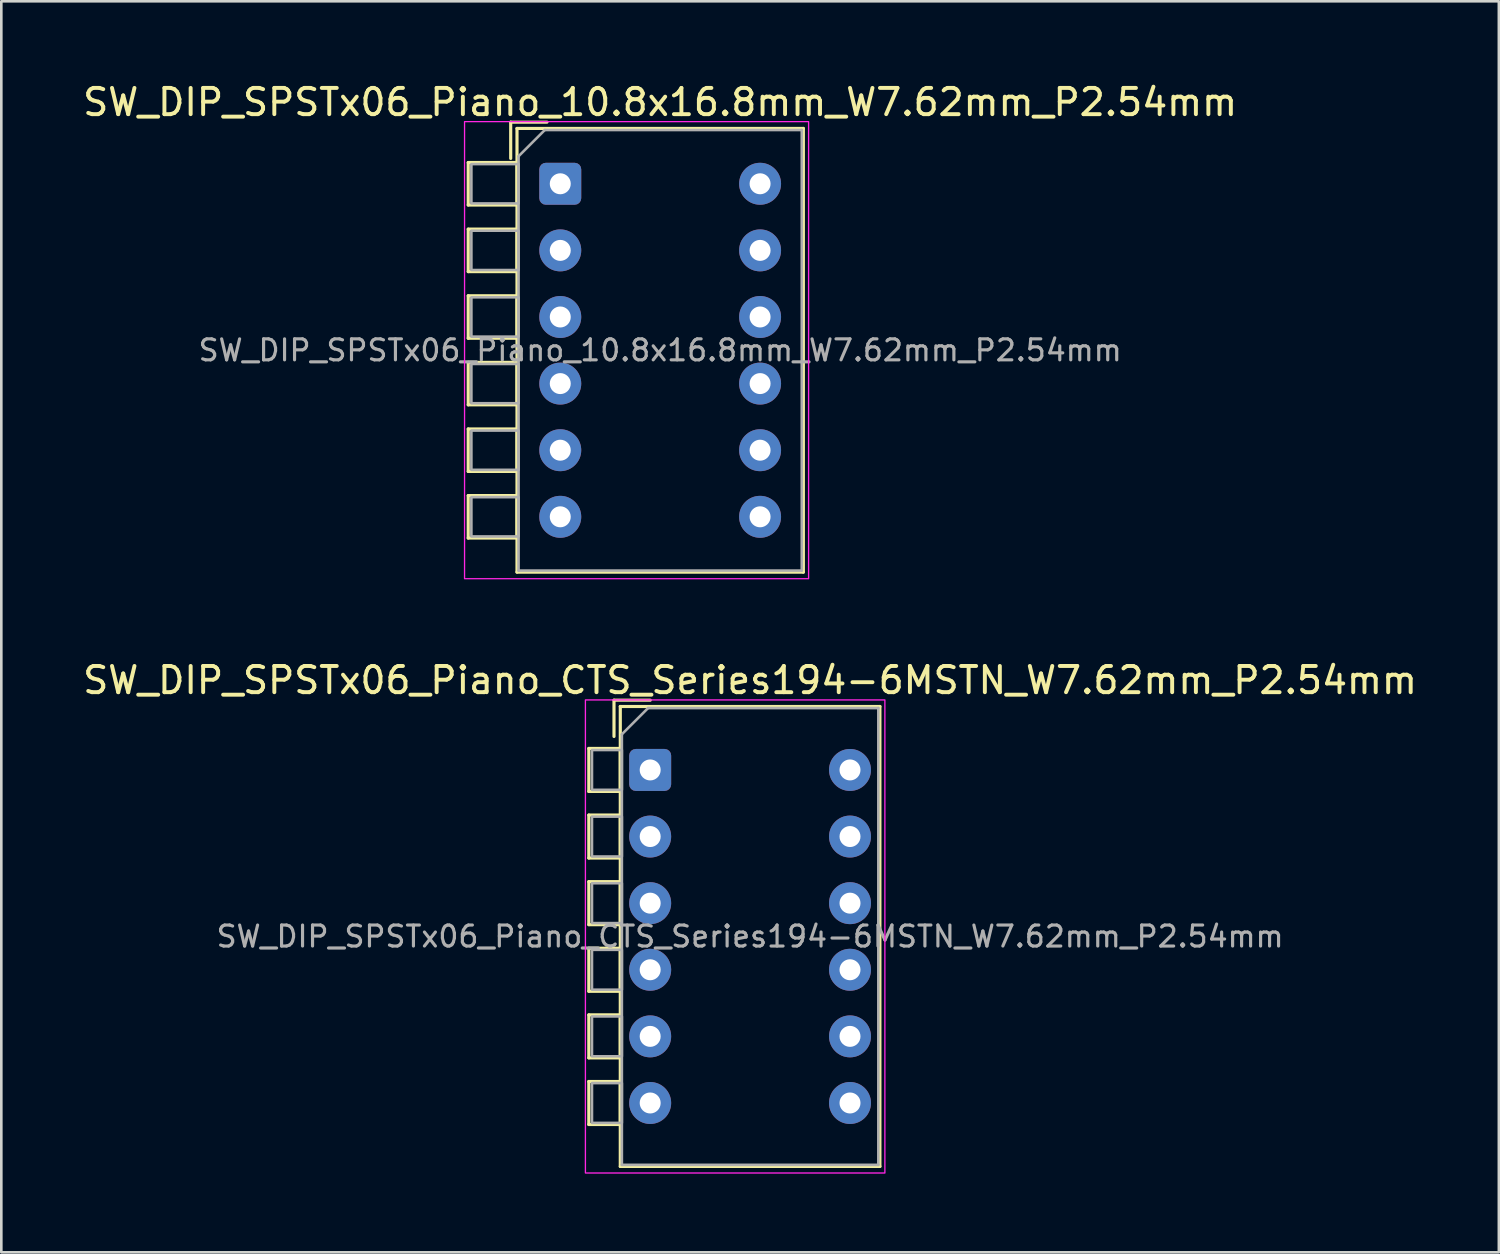
<source format=kicad_pcb>
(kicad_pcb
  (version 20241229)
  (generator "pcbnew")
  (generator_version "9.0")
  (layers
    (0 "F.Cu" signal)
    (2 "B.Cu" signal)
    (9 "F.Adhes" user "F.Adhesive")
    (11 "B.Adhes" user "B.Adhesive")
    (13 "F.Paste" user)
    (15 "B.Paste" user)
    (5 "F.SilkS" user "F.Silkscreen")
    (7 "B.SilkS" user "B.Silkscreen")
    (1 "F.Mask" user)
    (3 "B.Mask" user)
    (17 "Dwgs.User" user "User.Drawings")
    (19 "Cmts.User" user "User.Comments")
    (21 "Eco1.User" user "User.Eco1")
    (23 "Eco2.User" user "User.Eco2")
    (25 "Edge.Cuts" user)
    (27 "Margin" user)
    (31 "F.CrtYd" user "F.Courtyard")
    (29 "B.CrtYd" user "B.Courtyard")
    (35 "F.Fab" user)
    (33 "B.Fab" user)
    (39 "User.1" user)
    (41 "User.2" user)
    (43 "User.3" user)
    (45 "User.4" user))
  (footprint "SW_DIP_SPSTx06_Piano_10.8x16.8mm_W7.62mm_P2.54mm"
    (layer "F.Cu")
    (at 18.315 3.958)
    (property "Reference" "SW_DIP_SPSTx06_Piano_10.8x16.8mm_W7.62mm_P2.54mm" (at 3.81 -3.11 0) (layer "F.SilkS") (effects (font (size 1 1) (thickness 0.15))))
    (attr through_hole)
    (fp_line (start -3.51 -0.81) (end -3.51 0.81) (stroke (width 0.12) (type solid)) (layer "F.SilkS"))
    (fp_line (start -3.51 -0.81) (end -1.65 -0.81) (stroke (width 0.12) (type solid)) (layer "F.SilkS"))
    (fp_line (start -3.51 0.81) (end -1.65 0.81) (stroke (width 0.12) (type solid)) (layer "F.SilkS"))
    (fp_line (start -3.51 1.73) (end -3.51 3.35) (stroke (width 0.12) (type solid)) (layer "F.SilkS"))
    (fp_line (start -3.51 1.73) (end -1.65 1.73) (stroke (width 0.12) (type solid)) (layer "F.SilkS"))
    (fp_line (start -3.51 3.35) (end -1.65 3.35) (stroke (width 0.12) (type solid)) (layer "F.SilkS"))
    (fp_line (start -3.51 4.27) (end -3.51 5.89) (stroke (width 0.12) (type solid)) (layer "F.SilkS"))
    (fp_line (start -3.51 4.27) (end -1.65 4.27) (stroke (width 0.12) (type solid)) (layer "F.SilkS"))
    (fp_line (start -3.51 5.89) (end -1.65 5.89) (stroke (width 0.12) (type solid)) (layer "F.SilkS"))
    (fp_line (start -3.51 6.81) (end -3.51 8.43) (stroke (width 0.12) (type solid)) (layer "F.SilkS"))
    (fp_line (start -3.51 6.81) (end -1.65 6.81) (stroke (width 0.12) (type solid)) (layer "F.SilkS"))
    (fp_line (start -3.51 8.43) (end -1.65 8.43) (stroke (width 0.12) (type solid)) (layer "F.SilkS"))
    (fp_line (start -3.51 9.35) (end -3.51 10.97) (stroke (width 0.12) (type solid)) (layer "F.SilkS"))
    (fp_line (start -3.51 9.35) (end -1.65 9.35) (stroke (width 0.12) (type solid)) (layer "F.SilkS"))
    (fp_line (start -3.51 10.97) (end -1.65 10.97) (stroke (width 0.12) (type solid)) (layer "F.SilkS"))
    (fp_line (start -3.51 11.89) (end -3.51 13.51) (stroke (width 0.12) (type solid)) (layer "F.SilkS"))
    (fp_line (start -3.51 11.89) (end -1.65 11.89) (stroke (width 0.12) (type solid)) (layer "F.SilkS"))
    (fp_line (start -3.51 13.51) (end -1.65 13.51) (stroke (width 0.12) (type solid)) (layer "F.SilkS"))
    (fp_line (start -1.89 -2.35) (end -1.89 -0.967) (stroke (width 0.12) (type solid)) (layer "F.SilkS"))
    (fp_line (start -1.89 -2.35) (end -0.507 -2.35) (stroke (width 0.12) (type solid)) (layer "F.SilkS"))
    (fp_line (start -1.65 -2.11) (end -1.65 14.81) (stroke (width 0.12) (type solid)) (layer "F.SilkS"))
    (fp_line (start -1.65 -2.11) (end 9.27 -2.11) (stroke (width 0.12) (type solid)) (layer "F.SilkS"))
    (fp_line (start -1.65 -0.81) (end -1.65 0.81) (stroke (width 0.12) (type solid)) (layer "F.SilkS"))
    (fp_line (start -1.65 1.73) (end -1.65 3.35) (stroke (width 0.12) (type solid)) (layer "F.SilkS"))
    (fp_line (start -1.65 4.27) (end -1.65 5.89) (stroke (width 0.12) (type solid)) (layer "F.SilkS"))
    (fp_line (start -1.65 6.81) (end -1.65 8.43) (stroke (width 0.12) (type solid)) (layer "F.SilkS"))
    (fp_line (start -1.65 9.35) (end -1.65 10.97) (stroke (width 0.12) (type solid)) (layer "F.SilkS"))
    (fp_line (start -1.65 11.89) (end -1.65 13.51) (stroke (width 0.12) (type solid)) (layer "F.SilkS"))
    (fp_line (start -1.65 14.81) (end 9.27 14.81) (stroke (width 0.12) (type solid)) (layer "F.SilkS"))
    (fp_line (start 9.27 -2.11) (end 9.27 14.81) (stroke (width 0.12) (type solid)) (layer "F.SilkS"))
    (fp_rect (start -3.65 -2.37) (end 9.47 15.06) (stroke (width 0.05) (type solid)) (fill no) (layer "F.CrtYd"))
    (fp_line (start -1.59 -1.05) (end -0.59 -2.05) (stroke (width 0.1) (type solid)) (layer "F.Fab"))
    (fp_line (start -1.59 14.75) (end -1.59 -1.05) (stroke (width 0.1) (type solid)) (layer "F.Fab"))
    (fp_line (start -0.59 -2.05) (end 9.21 -2.05) (stroke (width 0.1) (type solid)) (layer "F.Fab"))
    (fp_line (start 9.21 -2.05) (end 9.21 14.75) (stroke (width 0.1) (type solid)) (layer "F.Fab"))
    (fp_line (start 9.21 14.75) (end -1.59 14.75) (stroke (width 0.1) (type solid)) (layer "F.Fab"))
    (fp_rect (start -1.59 -0.75) (end -3.39 0.75) (stroke (width 0.1) (type solid)) (fill no) (layer "F.Fab"))
    (fp_rect (start -1.59 1.79) (end -3.39 3.29) (stroke (width 0.1) (type solid)) (fill no) (layer "F.Fab"))
    (fp_rect (start -1.59 4.33) (end -3.39 5.83) (stroke (width 0.1) (type solid)) (fill no) (layer "F.Fab"))
    (fp_rect (start -1.59 6.87) (end -3.39 8.37) (stroke (width 0.1) (type solid)) (fill no) (layer "F.Fab"))
    (fp_rect (start -1.59 9.41) (end -3.39 10.91) (stroke (width 0.1) (type solid)) (fill no) (layer "F.Fab"))
    (fp_rect (start -1.59 11.95) (end -3.39 13.45) (stroke (width 0.1) (type solid)) (fill no) (layer "F.Fab"))
    (fp_text user "${REFERENCE}" (at 3.81 6.35 0) (layer "F.Fab") (effects (font (size 0.8 0.8) (thickness 0.12))))
    (pad "1" thru_hole roundrect (at 0 0) (size 1.6 1.6) (drill 0.8) (layers "*.Cu" "*.Mask") (roundrect_rratio 0.156))
    (pad "2" thru_hole circle (at 0 2.54) (size 1.6 1.6) (drill 0.8) (layers "*.Cu" "*.Mask"))
    (pad "3" thru_hole circle (at 0 5.08) (size 1.6 1.6) (drill 0.8) (layers "*.Cu" "*.Mask"))
    (pad "4" thru_hole circle (at 0 7.62) (size 1.6 1.6) (drill 0.8) (layers "*.Cu" "*.Mask"))
    (pad "5" thru_hole circle (at 0 10.16) (size 1.6 1.6) (drill 0.8) (layers "*.Cu" "*.Mask"))
    (pad "6" thru_hole circle (at 0 12.7) (size 1.6 1.6) (drill 0.8) (layers "*.Cu" "*.Mask"))
    (pad "7" thru_hole circle (at 7.62 12.7) (size 1.6 1.6) (drill 0.8) (layers "*.Cu" "*.Mask"))
    (pad "8" thru_hole circle (at 7.62 10.16) (size 1.6 1.6) (drill 0.8) (layers "*.Cu" "*.Mask"))
    (pad "9" thru_hole circle (at 7.62 7.62) (size 1.6 1.6) (drill 0.8) (layers "*.Cu" "*.Mask"))
    (pad "10" thru_hole circle (at 7.62 5.08) (size 1.6 1.6) (drill 0.8) (layers "*.Cu" "*.Mask"))
    (pad "11" thru_hole circle (at 7.62 2.54) (size 1.6 1.6) (drill 0.8) (layers "*.Cu" "*.Mask"))
    (pad "12" thru_hole circle (at 7.62 0) (size 1.6 1.6) (drill 0.8) (layers "*.Cu" "*.Mask")))
  (footprint "SW_DIP_SPSTx06_Piano_CTS_Series194-6MSTN_W7.62mm_P2.54mm"
    (layer "F.Cu")
    (at 21.744 26.311)
    (property "Reference" "SW_DIP_SPSTx06_Piano_CTS_Series194-6MSTN_W7.62mm_P2.54mm" (at 3.81 -3.42 0) (layer "F.SilkS") (effects (font (size 1 1) (thickness 0.15))))
    (attr through_hole)
    (fp_line (start -2.34 -0.82) (end -2.34 0.82) (stroke (width 0.12) (type solid)) (layer "F.SilkS"))
    (fp_line (start -2.34 -0.82) (end -1.14 -0.82) (stroke (width 0.12) (type solid)) (layer "F.SilkS"))
    (fp_line (start -2.34 0.82) (end -1.14 0.82) (stroke (width 0.12) (type solid)) (layer "F.SilkS"))
    (fp_line (start -2.34 1.72) (end -2.34 3.36) (stroke (width 0.12) (type solid)) (layer "F.SilkS"))
    (fp_line (start -2.34 1.72) (end -1.14 1.72) (stroke (width 0.12) (type solid)) (layer "F.SilkS"))
    (fp_line (start -2.34 3.36) (end -1.14 3.36) (stroke (width 0.12) (type solid)) (layer "F.SilkS"))
    (fp_line (start -2.34 4.26) (end -2.34 5.9) (stroke (width 0.12) (type solid)) (layer "F.SilkS"))
    (fp_line (start -2.34 4.26) (end -1.14 4.26) (stroke (width 0.12) (type solid)) (layer "F.SilkS"))
    (fp_line (start -2.34 5.9) (end -1.14 5.9) (stroke (width 0.12) (type solid)) (layer "F.SilkS"))
    (fp_line (start -2.34 6.8) (end -2.34 8.44) (stroke (width 0.12) (type solid)) (layer "F.SilkS"))
    (fp_line (start -2.34 6.8) (end -1.14 6.8) (stroke (width 0.12) (type solid)) (layer "F.SilkS"))
    (fp_line (start -2.34 8.44) (end -1.14 8.44) (stroke (width 0.12) (type solid)) (layer "F.SilkS"))
    (fp_line (start -2.34 9.34) (end -2.34 10.98) (stroke (width 0.12) (type solid)) (layer "F.SilkS"))
    (fp_line (start -2.34 9.34) (end -1.14 9.34) (stroke (width 0.12) (type solid)) (layer "F.SilkS"))
    (fp_line (start -2.34 10.98) (end -1.14 10.98) (stroke (width 0.12) (type solid)) (layer "F.SilkS"))
    (fp_line (start -2.34 11.88) (end -2.34 13.52) (stroke (width 0.12) (type solid)) (layer "F.SilkS"))
    (fp_line (start -2.34 11.88) (end -1.14 11.88) (stroke (width 0.12) (type solid)) (layer "F.SilkS"))
    (fp_line (start -2.34 13.52) (end -1.14 13.52) (stroke (width 0.12) (type solid)) (layer "F.SilkS"))
    (fp_line (start -1.38 -2.66) (end -1.38 -1.277) (stroke (width 0.12) (type solid)) (layer "F.SilkS"))
    (fp_line (start -1.38 -2.66) (end 0.003 -2.66) (stroke (width 0.12) (type solid)) (layer "F.SilkS"))
    (fp_line (start -1.14 -2.42) (end -1.14 15.12) (stroke (width 0.12) (type solid)) (layer "F.SilkS"))
    (fp_line (start -1.14 -2.42) (end 8.76 -2.42) (stroke (width 0.12) (type solid)) (layer "F.SilkS"))
    (fp_line (start -1.14 -0.82) (end -1.14 0.82) (stroke (width 0.12) (type solid)) (layer "F.SilkS"))
    (fp_line (start -1.14 1.72) (end -1.14 3.36) (stroke (width 0.12) (type solid)) (layer "F.SilkS"))
    (fp_line (start -1.14 4.26) (end -1.14 5.9) (stroke (width 0.12) (type solid)) (layer "F.SilkS"))
    (fp_line (start -1.14 6.8) (end -1.14 8.44) (stroke (width 0.12) (type solid)) (layer "F.SilkS"))
    (fp_line (start -1.14 9.34) (end -1.14 10.98) (stroke (width 0.12) (type solid)) (layer "F.SilkS"))
    (fp_line (start -1.14 11.88) (end -1.14 13.52) (stroke (width 0.12) (type solid)) (layer "F.SilkS"))
    (fp_line (start -1.14 15.12) (end 8.76 15.12) (stroke (width 0.12) (type solid)) (layer "F.SilkS"))
    (fp_line (start 8.76 -2.42) (end 8.76 15.12) (stroke (width 0.12) (type solid)) (layer "F.SilkS"))
    (fp_rect (start -2.47 -2.67) (end 8.95 15.37) (stroke (width 0.05) (type solid)) (fill no) (layer "F.CrtYd"))
    (fp_line (start -1.08 -1.36) (end -0.08 -2.36) (stroke (width 0.1) (type solid)) (layer "F.Fab"))
    (fp_line (start -1.08 15.06) (end -1.08 -1.36) (stroke (width 0.1) (type solid)) (layer "F.Fab"))
    (fp_line (start -0.08 -2.36) (end 8.7 -2.36) (stroke (width 0.1) (type solid)) (layer "F.Fab"))
    (fp_line (start 8.7 -2.36) (end 8.7 15.06) (stroke (width 0.1) (type solid)) (layer "F.Fab"))
    (fp_line (start 8.7 15.06) (end -1.08 15.06) (stroke (width 0.1) (type solid)) (layer "F.Fab"))
    (fp_rect (start -1.08 -0.76) (end -2.22 0.76) (stroke (width 0.1) (type solid)) (fill no) (layer "F.Fab"))
    (fp_rect (start -1.08 1.78) (end -2.22 3.3) (stroke (width 0.1) (type solid)) (fill no) (layer "F.Fab"))
    (fp_rect (start -1.08 4.32) (end -2.22 5.84) (stroke (width 0.1) (type solid)) (fill no) (layer "F.Fab"))
    (fp_rect (start -1.08 6.86) (end -2.22 8.38) (stroke (width 0.1) (type solid)) (fill no) (layer "F.Fab"))
    (fp_rect (start -1.08 9.4) (end -2.22 10.92) (stroke (width 0.1) (type solid)) (fill no) (layer "F.Fab"))
    (fp_rect (start -1.08 11.94) (end -2.22 13.46) (stroke (width 0.1) (type solid)) (fill no) (layer "F.Fab"))
    (fp_text user "${REFERENCE}" (at 3.81 6.35 0) (layer "F.Fab") (effects (font (size 0.8 0.8) (thickness 0.12))))
    (pad "1" thru_hole roundrect (at 0 0) (size 1.6 1.6) (drill 0.8) (layers "*.Cu" "*.Mask") (roundrect_rratio 0.156))
    (pad "2" thru_hole circle (at 0 2.54) (size 1.6 1.6) (drill 0.8) (layers "*.Cu" "*.Mask"))
    (pad "3" thru_hole circle (at 0 5.08) (size 1.6 1.6) (drill 0.8) (layers "*.Cu" "*.Mask"))
    (pad "4" thru_hole circle (at 0 7.62) (size 1.6 1.6) (drill 0.8) (layers "*.Cu" "*.Mask"))
    (pad "5" thru_hole circle (at 0 10.16) (size 1.6 1.6) (drill 0.8) (layers "*.Cu" "*.Mask"))
    (pad "6" thru_hole circle (at 0 12.7) (size 1.6 1.6) (drill 0.8) (layers "*.Cu" "*.Mask"))
    (pad "7" thru_hole circle (at 7.62 12.7) (size 1.6 1.6) (drill 0.8) (layers "*.Cu" "*.Mask"))
    (pad "8" thru_hole circle (at 7.62 10.16) (size 1.6 1.6) (drill 0.8) (layers "*.Cu" "*.Mask"))
    (pad "9" thru_hole circle (at 7.62 7.62) (size 1.6 1.6) (drill 0.8) (layers "*.Cu" "*.Mask"))
    (pad "10" thru_hole circle (at 7.62 5.08) (size 1.6 1.6) (drill 0.8) (layers "*.Cu" "*.Mask"))
    (pad "11" thru_hole circle (at 7.62 2.54) (size 1.6 1.6) (drill 0.8) (layers "*.Cu" "*.Mask"))
    (pad "12" thru_hole circle (at 7.62 0) (size 1.6 1.6) (drill 0.8) (layers "*.Cu" "*.Mask")))
  (gr_rect
    (start -3 -3)
    (end 54.107 44.706)
    (stroke (width 0.1) (type default))
    (fill no)
    (layer "Edge.Cuts")))
</source>
